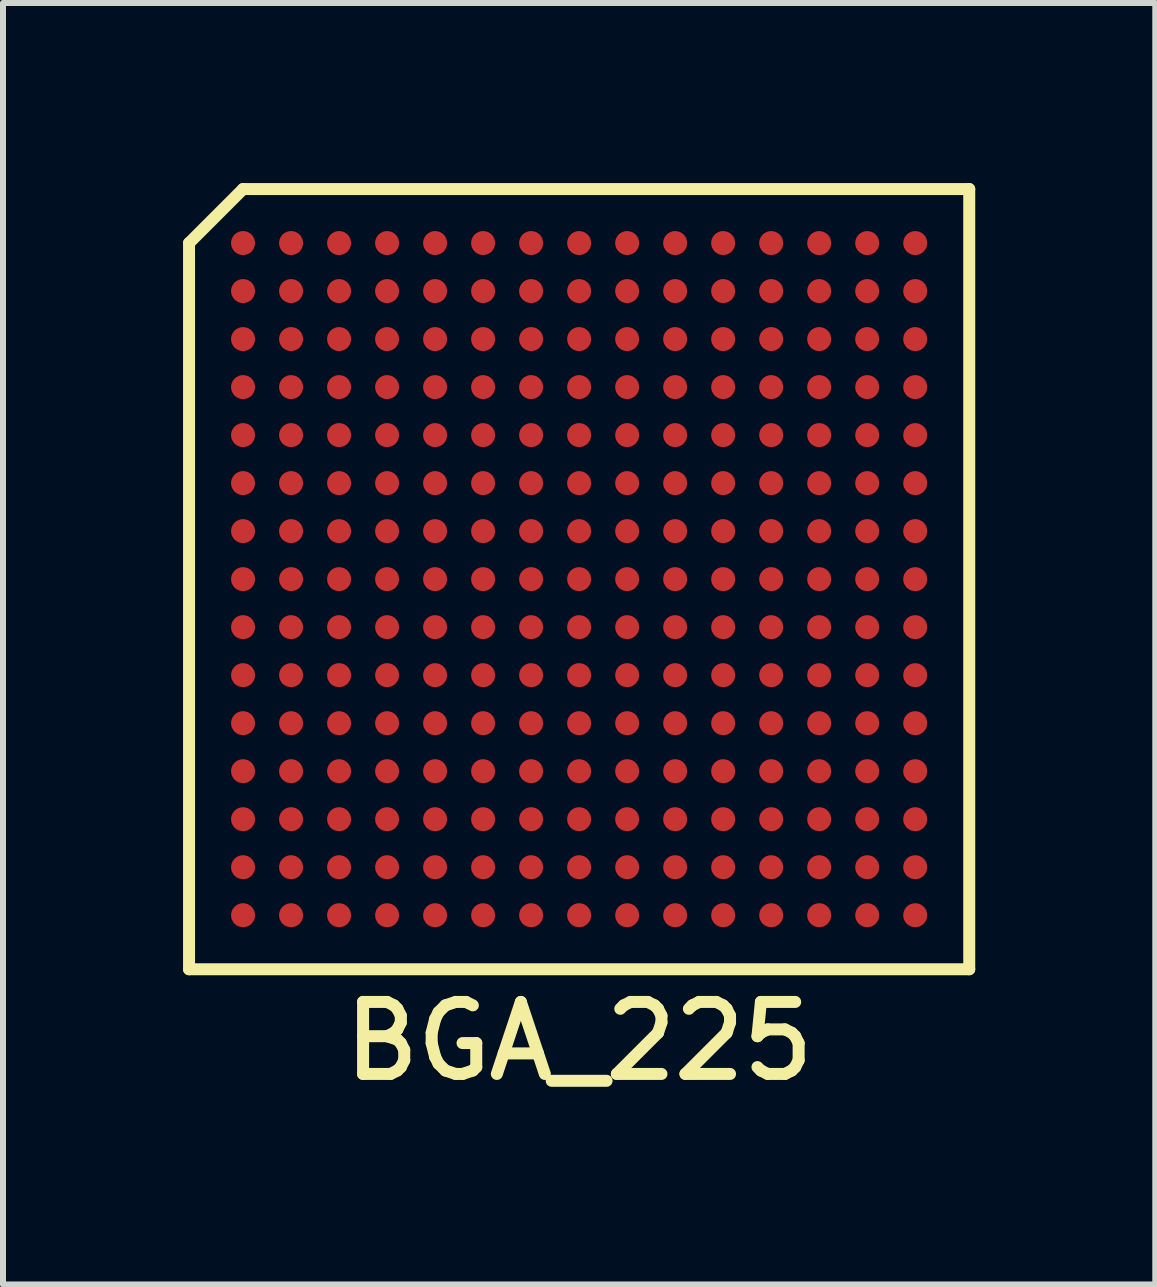
<source format=kicad_pcb>
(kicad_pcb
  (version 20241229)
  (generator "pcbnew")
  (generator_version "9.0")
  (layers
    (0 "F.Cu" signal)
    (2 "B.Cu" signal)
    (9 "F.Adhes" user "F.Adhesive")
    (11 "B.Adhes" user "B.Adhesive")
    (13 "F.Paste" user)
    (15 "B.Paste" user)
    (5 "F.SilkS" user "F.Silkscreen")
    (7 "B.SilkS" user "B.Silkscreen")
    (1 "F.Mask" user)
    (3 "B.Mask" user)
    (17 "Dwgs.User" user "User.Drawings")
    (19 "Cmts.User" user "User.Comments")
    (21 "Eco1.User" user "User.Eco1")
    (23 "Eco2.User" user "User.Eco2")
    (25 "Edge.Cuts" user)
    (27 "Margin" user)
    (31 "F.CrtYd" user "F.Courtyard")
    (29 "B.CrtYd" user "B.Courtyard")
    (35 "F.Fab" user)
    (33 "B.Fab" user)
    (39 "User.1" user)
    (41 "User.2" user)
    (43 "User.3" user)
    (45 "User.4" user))
  (footprint "BGA_225"
    (layer "F.Cu")
    (at 6.6 6.6)
    (property "Reference" "BGA_225" (at 0 7.7 0) (layer "F.SilkS") (effects (font (size 1.2 1.2) (thickness 0.2))))
    (attr through_hole)
    (fp_line (start -6.5 -5.6) (end -6.5 6.5) (stroke (width 0.2) (type solid)) (layer "F.SilkS"))
    (fp_line (start -6.5 6.5) (end 6.5 6.5) (stroke (width 0.2) (type solid)) (layer "F.SilkS"))
    (fp_line (start -5.6 -6.5) (end -6.5 -5.6) (stroke (width 0.2) (type solid)) (layer "F.SilkS"))
    (fp_line (start 6.5 -6.5) (end -5.6 -6.5) (stroke (width 0.2) (type solid)) (layer "F.SilkS"))
    (fp_line (start 6.5 6.5) (end 6.5 -6.5) (stroke (width 0.2) (type solid)) (layer "F.SilkS"))
    (pad "A1" smd circle (at -5.6 -5.6) (size 0.4 0.4) (layers "F.Cu" "F.Mask" "F.Paste"))
    (pad "A2" smd circle (at -4.8 -5.6) (size 0.4 0.4) (layers "F.Cu" "F.Mask" "F.Paste"))
    (pad "A3" smd circle (at -4 -5.6) (size 0.4 0.4) (layers "F.Cu" "F.Mask" "F.Paste"))
    (pad "A4" smd circle (at -3.2 -5.6) (size 0.4 0.4) (layers "F.Cu" "F.Mask" "F.Paste"))
    (pad "A5" smd circle (at -2.4 -5.6) (size 0.4 0.4) (layers "F.Cu" "F.Mask" "F.Paste"))
    (pad "A6" smd circle (at -1.6 -5.6) (size 0.4 0.4) (layers "F.Cu" "F.Mask" "F.Paste"))
    (pad "A7" smd circle (at -0.8 -5.6) (size 0.4 0.4) (layers "F.Cu" "F.Mask" "F.Paste"))
    (pad "A8" smd circle (at 0 -5.6) (size 0.4 0.4) (layers "F.Cu" "F.Mask" "F.Paste"))
    (pad "A9" smd circle (at 0.8 -5.6) (size 0.4 0.4) (layers "F.Cu" "F.Mask" "F.Paste"))
    (pad "A10" smd circle (at 1.6 -5.6) (size 0.4 0.4) (layers "F.Cu" "F.Mask" "F.Paste"))
    (pad "A11" smd circle (at 2.4 -5.6) (size 0.4 0.4) (layers "F.Cu" "F.Mask" "F.Paste"))
    (pad "A12" smd circle (at 3.2 -5.6) (size 0.4 0.4) (layers "F.Cu" "F.Mask" "F.Paste"))
    (pad "A13" smd circle (at 4 -5.6) (size 0.4 0.4) (layers "F.Cu" "F.Mask" "F.Paste"))
    (pad "A14" smd circle (at 4.8 -5.6) (size 0.4 0.4) (layers "F.Cu" "F.Mask" "F.Paste"))
    (pad "A15" smd circle (at 5.6 -5.6) (size 0.4 0.4) (layers "F.Cu" "F.Mask" "F.Paste"))
    (pad "B1" smd circle (at -5.6 -4.8) (size 0.4 0.4) (layers "F.Cu" "F.Mask" "F.Paste"))
    (pad "B2" smd circle (at -4.8 -4.8) (size 0.4 0.4) (layers "F.Cu" "F.Mask" "F.Paste"))
    (pad "B3" smd circle (at -4 -4.8) (size 0.4 0.4) (layers "F.Cu" "F.Mask" "F.Paste"))
    (pad "B4" smd circle (at -3.2 -4.8) (size 0.4 0.4) (layers "F.Cu" "F.Mask" "F.Paste"))
    (pad "B5" smd circle (at -2.4 -4.8) (size 0.4 0.4) (layers "F.Cu" "F.Mask" "F.Paste"))
    (pad "B6" smd circle (at -1.6 -4.8) (size 0.4 0.4) (layers "F.Cu" "F.Mask" "F.Paste"))
    (pad "B7" smd circle (at -0.8 -4.8) (size 0.4 0.4) (layers "F.Cu" "F.Mask" "F.Paste"))
    (pad "B8" smd circle (at 0 -4.8) (size 0.4 0.4) (layers "F.Cu" "F.Mask" "F.Paste"))
    (pad "B9" smd circle (at 0.8 -4.8) (size 0.4 0.4) (layers "F.Cu" "F.Mask" "F.Paste"))
    (pad "B10" smd circle (at 1.6 -4.8) (size 0.4 0.4) (layers "F.Cu" "F.Mask" "F.Paste"))
    (pad "B11" smd circle (at 2.4 -4.8) (size 0.4 0.4) (layers "F.Cu" "F.Mask" "F.Paste"))
    (pad "B12" smd circle (at 3.2 -4.8) (size 0.4 0.4) (layers "F.Cu" "F.Mask" "F.Paste"))
    (pad "B13" smd circle (at 4 -4.8) (size 0.4 0.4) (layers "F.Cu" "F.Mask" "F.Paste"))
    (pad "B14" smd circle (at 4.8 -4.8) (size 0.4 0.4) (layers "F.Cu" "F.Mask" "F.Paste"))
    (pad "B15" smd circle (at 5.6 -4.8) (size 0.4 0.4) (layers "F.Cu" "F.Mask" "F.Paste"))
    (pad "C1" smd circle (at -5.6 -4) (size 0.4 0.4) (layers "F.Cu" "F.Mask" "F.Paste"))
    (pad "C2" smd circle (at -4.8 -4) (size 0.4 0.4) (layers "F.Cu" "F.Mask" "F.Paste"))
    (pad "C3" smd circle (at -4 -4) (size 0.4 0.4) (layers "F.Cu" "F.Mask" "F.Paste"))
    (pad "C4" smd circle (at -3.2 -4) (size 0.4 0.4) (layers "F.Cu" "F.Mask" "F.Paste"))
    (pad "C5" smd circle (at -2.4 -4) (size 0.4 0.4) (layers "F.Cu" "F.Mask" "F.Paste"))
    (pad "C6" smd circle (at -1.6 -4) (size 0.4 0.4) (layers "F.Cu" "F.Mask" "F.Paste"))
    (pad "C7" smd circle (at -0.8 -4) (size 0.4 0.4) (layers "F.Cu" "F.Mask" "F.Paste"))
    (pad "C8" smd circle (at 0 -4) (size 0.4 0.4) (layers "F.Cu" "F.Mask" "F.Paste"))
    (pad "C9" smd circle (at 0.8 -4) (size 0.4 0.4) (layers "F.Cu" "F.Mask" "F.Paste"))
    (pad "C10" smd circle (at 1.6 -4) (size 0.4 0.4) (layers "F.Cu" "F.Mask" "F.Paste"))
    (pad "C11" smd circle (at 2.4 -4) (size 0.4 0.4) (layers "F.Cu" "F.Mask" "F.Paste"))
    (pad "C12" smd circle (at 3.2 -4) (size 0.4 0.4) (layers "F.Cu" "F.Mask" "F.Paste"))
    (pad "C13" smd circle (at 4 -4) (size 0.4 0.4) (layers "F.Cu" "F.Mask" "F.Paste"))
    (pad "C14" smd circle (at 4.8 -4) (size 0.4 0.4) (layers "F.Cu" "F.Mask" "F.Paste"))
    (pad "C15" smd circle (at 5.6 -4) (size 0.4 0.4) (layers "F.Cu" "F.Mask" "F.Paste"))
    (pad "D1" smd circle (at -5.6 -3.2) (size 0.4 0.4) (layers "F.Cu" "F.Mask" "F.Paste"))
    (pad "D2" smd circle (at -4.8 -3.2) (size 0.4 0.4) (layers "F.Cu" "F.Mask" "F.Paste"))
    (pad "D3" smd circle (at -4 -3.2) (size 0.4 0.4) (layers "F.Cu" "F.Mask" "F.Paste"))
    (pad "D4" smd circle (at -3.2 -3.2) (size 0.4 0.4) (layers "F.Cu" "F.Mask" "F.Paste"))
    (pad "D5" smd circle (at -2.4 -3.2) (size 0.4 0.4) (layers "F.Cu" "F.Mask" "F.Paste"))
    (pad "D6" smd circle (at -1.6 -3.2) (size 0.4 0.4) (layers "F.Cu" "F.Mask" "F.Paste"))
    (pad "D7" smd circle (at -0.8 -3.2) (size 0.4 0.4) (layers "F.Cu" "F.Mask" "F.Paste"))
    (pad "D8" smd circle (at 0 -3.2) (size 0.4 0.4) (layers "F.Cu" "F.Mask" "F.Paste"))
    (pad "D9" smd circle (at 0.8 -3.2) (size 0.4 0.4) (layers "F.Cu" "F.Mask" "F.Paste"))
    (pad "D10" smd circle (at 1.6 -3.2) (size 0.4 0.4) (layers "F.Cu" "F.Mask" "F.Paste"))
    (pad "D11" smd circle (at 2.4 -3.2) (size 0.4 0.4) (layers "F.Cu" "F.Mask" "F.Paste"))
    (pad "D12" smd circle (at 3.2 -3.2) (size 0.4 0.4) (layers "F.Cu" "F.Mask" "F.Paste"))
    (pad "D13" smd circle (at 4 -3.2) (size 0.4 0.4) (layers "F.Cu" "F.Mask" "F.Paste"))
    (pad "D14" smd circle (at 4.8 -3.2) (size 0.4 0.4) (layers "F.Cu" "F.Mask" "F.Paste"))
    (pad "D15" smd circle (at 5.6 -3.2) (size 0.4 0.4) (layers "F.Cu" "F.Mask" "F.Paste"))
    (pad "E1" smd circle (at -5.6 -2.4) (size 0.4 0.4) (layers "F.Cu" "F.Mask" "F.Paste"))
    (pad "E2" smd circle (at -4.8 -2.4) (size 0.4 0.4) (layers "F.Cu" "F.Mask" "F.Paste"))
    (pad "E3" smd circle (at -4 -2.4) (size 0.4 0.4) (layers "F.Cu" "F.Mask" "F.Paste"))
    (pad "E4" smd circle (at -3.2 -2.4) (size 0.4 0.4) (layers "F.Cu" "F.Mask" "F.Paste"))
    (pad "E5" smd circle (at -2.4 -2.4) (size 0.4 0.4) (layers "F.Cu" "F.Mask" "F.Paste"))
    (pad "E6" smd circle (at -1.6 -2.4) (size 0.4 0.4) (layers "F.Cu" "F.Mask" "F.Paste"))
    (pad "E7" smd circle (at -0.8 -2.4) (size 0.4 0.4) (layers "F.Cu" "F.Mask" "F.Paste"))
    (pad "E8" smd circle (at 0 -2.4) (size 0.4 0.4) (layers "F.Cu" "F.Mask" "F.Paste"))
    (pad "E9" smd circle (at 0.8 -2.4) (size 0.4 0.4) (layers "F.Cu" "F.Mask" "F.Paste"))
    (pad "E10" smd circle (at 1.6 -2.4) (size 0.4 0.4) (layers "F.Cu" "F.Mask" "F.Paste"))
    (pad "E11" smd circle (at 2.4 -2.4) (size 0.4 0.4) (layers "F.Cu" "F.Mask" "F.Paste"))
    (pad "E12" smd circle (at 3.2 -2.4) (size 0.4 0.4) (layers "F.Cu" "F.Mask" "F.Paste"))
    (pad "E13" smd circle (at 4 -2.4) (size 0.4 0.4) (layers "F.Cu" "F.Mask" "F.Paste"))
    (pad "E14" smd circle (at 4.8 -2.4) (size 0.4 0.4) (layers "F.Cu" "F.Mask" "F.Paste"))
    (pad "E15" smd circle (at 5.6 -2.4) (size 0.4 0.4) (layers "F.Cu" "F.Mask" "F.Paste"))
    (pad "F1" smd circle (at -5.6 -1.6) (size 0.4 0.4) (layers "F.Cu" "F.Mask" "F.Paste"))
    (pad "F2" smd circle (at -4.8 -1.6) (size 0.4 0.4) (layers "F.Cu" "F.Mask" "F.Paste"))
    (pad "F3" smd circle (at -4 -1.6) (size 0.4 0.4) (layers "F.Cu" "F.Mask" "F.Paste"))
    (pad "F4" smd circle (at -3.2 -1.6) (size 0.4 0.4) (layers "F.Cu" "F.Mask" "F.Paste"))
    (pad "F5" smd circle (at -2.4 -1.6) (size 0.4 0.4) (layers "F.Cu" "F.Mask" "F.Paste"))
    (pad "F6" smd circle (at -1.6 -1.6) (size 0.4 0.4) (layers "F.Cu" "F.Mask" "F.Paste"))
    (pad "F7" smd circle (at -0.8 -1.6) (size 0.4 0.4) (layers "F.Cu" "F.Mask" "F.Paste"))
    (pad "F8" smd circle (at 0 -1.6) (size 0.4 0.4) (layers "F.Cu" "F.Mask" "F.Paste"))
    (pad "F9" smd circle (at 0.8 -1.6) (size 0.4 0.4) (layers "F.Cu" "F.Mask" "F.Paste"))
    (pad "F10" smd circle (at 1.6 -1.6) (size 0.4 0.4) (layers "F.Cu" "F.Mask" "F.Paste"))
    (pad "F11" smd circle (at 2.4 -1.6) (size 0.4 0.4) (layers "F.Cu" "F.Mask" "F.Paste"))
    (pad "F12" smd circle (at 3.2 -1.6) (size 0.4 0.4) (layers "F.Cu" "F.Mask" "F.Paste"))
    (pad "F13" smd circle (at 4 -1.6) (size 0.4 0.4) (layers "F.Cu" "F.Mask" "F.Paste"))
    (pad "F14" smd circle (at 4.8 -1.6) (size 0.4 0.4) (layers "F.Cu" "F.Mask" "F.Paste"))
    (pad "F15" smd circle (at 5.6 -1.6) (size 0.4 0.4) (layers "F.Cu" "F.Mask" "F.Paste"))
    (pad "G1" smd circle (at -5.6 -0.8) (size 0.4 0.4) (layers "F.Cu" "F.Mask" "F.Paste"))
    (pad "G2" smd circle (at -4.8 -0.8) (size 0.4 0.4) (layers "F.Cu" "F.Mask" "F.Paste"))
    (pad "G3" smd circle (at -4 -0.8) (size 0.4 0.4) (layers "F.Cu" "F.Mask" "F.Paste"))
    (pad "G4" smd circle (at -3.2 -0.8) (size 0.4 0.4) (layers "F.Cu" "F.Mask" "F.Paste"))
    (pad "G5" smd circle (at -2.4 -0.8) (size 0.4 0.4) (layers "F.Cu" "F.Mask" "F.Paste"))
    (pad "G6" smd circle (at -1.6 -0.8) (size 0.4 0.4) (layers "F.Cu" "F.Mask" "F.Paste"))
    (pad "G7" smd circle (at -0.8 -0.8) (size 0.4 0.4) (layers "F.Cu" "F.Mask" "F.Paste"))
    (pad "G8" smd circle (at 0 -0.8) (size 0.4 0.4) (layers "F.Cu" "F.Mask" "F.Paste"))
    (pad "G9" smd circle (at 0.8 -0.8) (size 0.4 0.4) (layers "F.Cu" "F.Mask" "F.Paste"))
    (pad "G10" smd circle (at 1.6 -0.8) (size 0.4 0.4) (layers "F.Cu" "F.Mask" "F.Paste"))
    (pad "G11" smd circle (at 2.4 -0.8) (size 0.4 0.4) (layers "F.Cu" "F.Mask" "F.Paste"))
    (pad "G12" smd circle (at 3.2 -0.8) (size 0.4 0.4) (layers "F.Cu" "F.Mask" "F.Paste"))
    (pad "G13" smd circle (at 4 -0.8) (size 0.4 0.4) (layers "F.Cu" "F.Mask" "F.Paste"))
    (pad "G14" smd circle (at 4.8 -0.8) (size 0.4 0.4) (layers "F.Cu" "F.Mask" "F.Paste"))
    (pad "G15" smd circle (at 5.6 -0.8) (size 0.4 0.4) (layers "F.Cu" "F.Mask" "F.Paste"))
    (pad "H1" smd circle (at -5.6 0) (size 0.4 0.4) (layers "F.Cu" "F.Mask" "F.Paste"))
    (pad "H2" smd circle (at -4.8 0) (size 0.4 0.4) (layers "F.Cu" "F.Mask" "F.Paste"))
    (pad "H3" smd circle (at -4 0) (size 0.4 0.4) (layers "F.Cu" "F.Mask" "F.Paste"))
    (pad "H4" smd circle (at -3.2 0) (size 0.4 0.4) (layers "F.Cu" "F.Mask" "F.Paste"))
    (pad "H5" smd circle (at -2.4 0) (size 0.4 0.4) (layers "F.Cu" "F.Mask" "F.Paste"))
    (pad "H6" smd circle (at -1.6 0) (size 0.4 0.4) (layers "F.Cu" "F.Mask" "F.Paste"))
    (pad "H7" smd circle (at -0.8 0) (size 0.4 0.4) (layers "F.Cu" "F.Mask" "F.Paste"))
    (pad "H8" smd circle (at 0 0) (size 0.4 0.4) (layers "F.Cu" "F.Mask" "F.Paste"))
    (pad "H9" smd circle (at 0.8 0) (size 0.4 0.4) (layers "F.Cu" "F.Mask" "F.Paste"))
    (pad "H10" smd circle (at 1.6 0) (size 0.4 0.4) (layers "F.Cu" "F.Mask" "F.Paste"))
    (pad "H11" smd circle (at 2.4 0) (size 0.4 0.4) (layers "F.Cu" "F.Mask" "F.Paste"))
    (pad "H12" smd circle (at 3.2 0) (size 0.4 0.4) (layers "F.Cu" "F.Mask" "F.Paste"))
    (pad "H13" smd circle (at 4 0) (size 0.4 0.4) (layers "F.Cu" "F.Mask" "F.Paste"))
    (pad "H14" smd circle (at 4.8 0) (size 0.4 0.4) (layers "F.Cu" "F.Mask" "F.Paste"))
    (pad "H15" smd circle (at 5.6 0) (size 0.4 0.4) (layers "F.Cu" "F.Mask" "F.Paste"))
    (pad "J1" smd circle (at -5.6 0.8) (size 0.4 0.4) (layers "F.Cu" "F.Mask" "F.Paste"))
    (pad "J2" smd circle (at -4.8 0.8) (size 0.4 0.4) (layers "F.Cu" "F.Mask" "F.Paste"))
    (pad "J3" smd circle (at -4 0.8) (size 0.4 0.4) (layers "F.Cu" "F.Mask" "F.Paste"))
    (pad "J4" smd circle (at -3.2 0.8) (size 0.4 0.4) (layers "F.Cu" "F.Mask" "F.Paste"))
    (pad "J5" smd circle (at -2.4 0.8) (size 0.4 0.4) (layers "F.Cu" "F.Mask" "F.Paste"))
    (pad "J6" smd circle (at -1.6 0.8) (size 0.4 0.4) (layers "F.Cu" "F.Mask" "F.Paste"))
    (pad "J7" smd circle (at -0.8 0.8) (size 0.4 0.4) (layers "F.Cu" "F.Mask" "F.Paste"))
    (pad "J8" smd circle (at 0 0.8) (size 0.4 0.4) (layers "F.Cu" "F.Mask" "F.Paste"))
    (pad "J9" smd circle (at 0.8 0.8) (size 0.4 0.4) (layers "F.Cu" "F.Mask" "F.Paste"))
    (pad "J10" smd circle (at 1.6 0.8) (size 0.4 0.4) (layers "F.Cu" "F.Mask" "F.Paste"))
    (pad "J11" smd circle (at 2.4 0.8) (size 0.4 0.4) (layers "F.Cu" "F.Mask" "F.Paste"))
    (pad "J12" smd circle (at 3.2 0.8) (size 0.4 0.4) (layers "F.Cu" "F.Mask" "F.Paste"))
    (pad "J13" smd circle (at 4 0.8) (size 0.4 0.4) (layers "F.Cu" "F.Mask" "F.Paste"))
    (pad "J14" smd circle (at 4.8 0.8) (size 0.4 0.4) (layers "F.Cu" "F.Mask" "F.Paste"))
    (pad "J15" smd circle (at 5.6 0.8) (size 0.4 0.4) (layers "F.Cu" "F.Mask" "F.Paste"))
    (pad "K1" smd circle (at -5.6 1.6) (size 0.4 0.4) (layers "F.Cu" "F.Mask" "F.Paste"))
    (pad "K2" smd circle (at -4.8 1.6) (size 0.4 0.4) (layers "F.Cu" "F.Mask" "F.Paste"))
    (pad "K3" smd circle (at -4 1.6) (size 0.4 0.4) (layers "F.Cu" "F.Mask" "F.Paste"))
    (pad "K4" smd circle (at -3.2 1.6) (size 0.4 0.4) (layers "F.Cu" "F.Mask" "F.Paste"))
    (pad "K5" smd circle (at -2.4 1.6) (size 0.4 0.4) (layers "F.Cu" "F.Mask" "F.Paste"))
    (pad "K6" smd circle (at -1.6 1.6) (size 0.4 0.4) (layers "F.Cu" "F.Mask" "F.Paste"))
    (pad "K7" smd circle (at -0.8 1.6) (size 0.4 0.4) (layers "F.Cu" "F.Mask" "F.Paste"))
    (pad "K8" smd circle (at 0 1.6) (size 0.4 0.4) (layers "F.Cu" "F.Mask" "F.Paste"))
    (pad "K9" smd circle (at 0.8 1.6) (size 0.4 0.4) (layers "F.Cu" "F.Mask" "F.Paste"))
    (pad "K10" smd circle (at 1.6 1.6) (size 0.4 0.4) (layers "F.Cu" "F.Mask" "F.Paste"))
    (pad "K11" smd circle (at 2.4 1.6) (size 0.4 0.4) (layers "F.Cu" "F.Mask" "F.Paste"))
    (pad "K12" smd circle (at 3.2 1.6) (size 0.4 0.4) (layers "F.Cu" "F.Mask" "F.Paste"))
    (pad "K13" smd circle (at 4 1.6) (size 0.4 0.4) (layers "F.Cu" "F.Mask" "F.Paste"))
    (pad "K14" smd circle (at 4.8 1.6) (size 0.4 0.4) (layers "F.Cu" "F.Mask" "F.Paste"))
    (pad "K15" smd circle (at 5.6 1.6) (size 0.4 0.4) (layers "F.Cu" "F.Mask" "F.Paste"))
    (pad "L1" smd circle (at -5.6 2.4) (size 0.4 0.4) (layers "F.Cu" "F.Mask" "F.Paste"))
    (pad "L2" smd circle (at -4.8 2.4) (size 0.4 0.4) (layers "F.Cu" "F.Mask" "F.Paste"))
    (pad "L3" smd circle (at -4 2.4) (size 0.4 0.4) (layers "F.Cu" "F.Mask" "F.Paste"))
    (pad "L4" smd circle (at -3.2 2.4) (size 0.4 0.4) (layers "F.Cu" "F.Mask" "F.Paste"))
    (pad "L5" smd circle (at -2.4 2.4) (size 0.4 0.4) (layers "F.Cu" "F.Mask" "F.Paste"))
    (pad "L6" smd circle (at -1.6 2.4) (size 0.4 0.4) (layers "F.Cu" "F.Mask" "F.Paste"))
    (pad "L7" smd circle (at -0.8 2.4) (size 0.4 0.4) (layers "F.Cu" "F.Mask" "F.Paste"))
    (pad "L8" smd circle (at 0 2.4) (size 0.4 0.4) (layers "F.Cu" "F.Mask" "F.Paste"))
    (pad "L9" smd circle (at 0.8 2.4) (size 0.4 0.4) (layers "F.Cu" "F.Mask" "F.Paste"))
    (pad "L10" smd circle (at 1.6 2.4) (size 0.4 0.4) (layers "F.Cu" "F.Mask" "F.Paste"))
    (pad "L11" smd circle (at 2.4 2.4) (size 0.4 0.4) (layers "F.Cu" "F.Mask" "F.Paste"))
    (pad "L12" smd circle (at 3.2 2.4) (size 0.4 0.4) (layers "F.Cu" "F.Mask" "F.Paste"))
    (pad "L13" smd circle (at 4 2.4) (size 0.4 0.4) (layers "F.Cu" "F.Mask" "F.Paste"))
    (pad "L14" smd circle (at 4.8 2.4) (size 0.4 0.4) (layers "F.Cu" "F.Mask" "F.Paste"))
    (pad "L15" smd circle (at 5.6 2.4) (size 0.4 0.4) (layers "F.Cu" "F.Mask" "F.Paste"))
    (pad "M1" smd circle (at -5.6 3.2) (size 0.4 0.4) (layers "F.Cu" "F.Mask" "F.Paste"))
    (pad "M2" smd circle (at -4.8 3.2) (size 0.4 0.4) (layers "F.Cu" "F.Mask" "F.Paste"))
    (pad "M3" smd circle (at -4 3.2) (size 0.4 0.4) (layers "F.Cu" "F.Mask" "F.Paste"))
    (pad "M4" smd circle (at -3.2 3.2) (size 0.4 0.4) (layers "F.Cu" "F.Mask" "F.Paste"))
    (pad "M5" smd circle (at -2.4 3.2) (size 0.4 0.4) (layers "F.Cu" "F.Mask" "F.Paste"))
    (pad "M6" smd circle (at -1.6 3.2) (size 0.4 0.4) (layers "F.Cu" "F.Mask" "F.Paste"))
    (pad "M7" smd circle (at -0.8 3.2) (size 0.4 0.4) (layers "F.Cu" "F.Mask" "F.Paste"))
    (pad "M8" smd circle (at 0 3.2) (size 0.4 0.4) (layers "F.Cu" "F.Mask" "F.Paste"))
    (pad "M9" smd circle (at 0.8 3.2) (size 0.4 0.4) (layers "F.Cu" "F.Mask" "F.Paste"))
    (pad "M10" smd circle (at 1.6 3.2) (size 0.4 0.4) (layers "F.Cu" "F.Mask" "F.Paste"))
    (pad "M11" smd circle (at 2.4 3.2) (size 0.4 0.4) (layers "F.Cu" "F.Mask" "F.Paste"))
    (pad "M12" smd circle (at 3.2 3.2) (size 0.4 0.4) (layers "F.Cu" "F.Mask" "F.Paste"))
    (pad "M13" smd circle (at 4 3.2) (size 0.4 0.4) (layers "F.Cu" "F.Mask" "F.Paste"))
    (pad "M14" smd circle (at 4.8 3.2) (size 0.4 0.4) (layers "F.Cu" "F.Mask" "F.Paste"))
    (pad "M15" smd circle (at 5.6 3.2) (size 0.4 0.4) (layers "F.Cu" "F.Mask" "F.Paste"))
    (pad "N1" smd circle (at -5.6 4) (size 0.4 0.4) (layers "F.Cu" "F.Mask" "F.Paste"))
    (pad "N2" smd circle (at -4.8 4) (size 0.4 0.4) (layers "F.Cu" "F.Mask" "F.Paste"))
    (pad "N3" smd circle (at -4 4) (size 0.4 0.4) (layers "F.Cu" "F.Mask" "F.Paste"))
    (pad "N4" smd circle (at -3.2 4) (size 0.4 0.4) (layers "F.Cu" "F.Mask" "F.Paste"))
    (pad "N5" smd circle (at -2.4 4) (size 0.4 0.4) (layers "F.Cu" "F.Mask" "F.Paste"))
    (pad "N6" smd circle (at -1.6 4) (size 0.4 0.4) (layers "F.Cu" "F.Mask" "F.Paste"))
    (pad "N7" smd circle (at -0.8 4) (size 0.4 0.4) (layers "F.Cu" "F.Mask" "F.Paste"))
    (pad "N8" smd circle (at 0 4) (size 0.4 0.4) (layers "F.Cu" "F.Mask" "F.Paste"))
    (pad "N9" smd circle (at 0.8 4) (size 0.4 0.4) (layers "F.Cu" "F.Mask" "F.Paste"))
    (pad "N10" smd circle (at 1.6 4) (size 0.4 0.4) (layers "F.Cu" "F.Mask" "F.Paste"))
    (pad "N11" smd circle (at 2.4 4) (size 0.4 0.4) (layers "F.Cu" "F.Mask" "F.Paste"))
    (pad "N12" smd circle (at 3.2 4) (size 0.4 0.4) (layers "F.Cu" "F.Mask" "F.Paste"))
    (pad "N13" smd circle (at 4 4) (size 0.4 0.4) (layers "F.Cu" "F.Mask" "F.Paste"))
    (pad "N14" smd circle (at 4.8 4) (size 0.4 0.4) (layers "F.Cu" "F.Mask" "F.Paste"))
    (pad "N15" smd circle (at 5.6 4) (size 0.4 0.4) (layers "F.Cu" "F.Mask" "F.Paste"))
    (pad "P1" smd circle (at -5.6 4.8) (size 0.4 0.4) (layers "F.Cu" "F.Mask" "F.Paste"))
    (pad "P2" smd circle (at -4.8 4.8) (size 0.4 0.4) (layers "F.Cu" "F.Mask" "F.Paste"))
    (pad "P3" smd circle (at -4 4.8) (size 0.4 0.4) (layers "F.Cu" "F.Mask" "F.Paste"))
    (pad "P4" smd circle (at -3.2 4.8) (size 0.4 0.4) (layers "F.Cu" "F.Mask" "F.Paste"))
    (pad "P5" smd circle (at -2.4 4.8) (size 0.4 0.4) (layers "F.Cu" "F.Mask" "F.Paste"))
    (pad "P6" smd circle (at -1.6 4.8) (size 0.4 0.4) (layers "F.Cu" "F.Mask" "F.Paste"))
    (pad "P7" smd circle (at -0.8 4.8) (size 0.4 0.4) (layers "F.Cu" "F.Mask" "F.Paste"))
    (pad "P8" smd circle (at 0 4.8) (size 0.4 0.4) (layers "F.Cu" "F.Mask" "F.Paste"))
    (pad "P9" smd circle (at 0.8 4.8) (size 0.4 0.4) (layers "F.Cu" "F.Mask" "F.Paste"))
    (pad "P10" smd circle (at 1.6 4.8) (size 0.4 0.4) (layers "F.Cu" "F.Mask" "F.Paste"))
    (pad "P11" smd circle (at 2.4 4.8) (size 0.4 0.4) (layers "F.Cu" "F.Mask" "F.Paste"))
    (pad "P12" smd circle (at 3.2 4.8) (size 0.4 0.4) (layers "F.Cu" "F.Mask" "F.Paste"))
    (pad "P13" smd circle (at 4 4.8) (size 0.4 0.4) (layers "F.Cu" "F.Mask" "F.Paste"))
    (pad "P14" smd circle (at 4.8 4.8) (size 0.4 0.4) (layers "F.Cu" "F.Mask" "F.Paste"))
    (pad "P15" smd circle (at 5.6 4.8) (size 0.4 0.4) (layers "F.Cu" "F.Mask" "F.Paste"))
    (pad "R1" smd circle (at -5.6 5.6) (size 0.4 0.4) (layers "F.Cu" "F.Mask" "F.Paste"))
    (pad "R2" smd circle (at -4.8 5.6) (size 0.4 0.4) (layers "F.Cu" "F.Mask" "F.Paste"))
    (pad "R3" smd circle (at -4 5.6) (size 0.4 0.4) (layers "F.Cu" "F.Mask" "F.Paste"))
    (pad "R4" smd circle (at -3.2 5.6) (size 0.4 0.4) (layers "F.Cu" "F.Mask" "F.Paste"))
    (pad "R5" smd circle (at -2.4 5.6) (size 0.4 0.4) (layers "F.Cu" "F.Mask" "F.Paste"))
    (pad "R6" smd circle (at -1.6 5.6) (size 0.4 0.4) (layers "F.Cu" "F.Mask" "F.Paste"))
    (pad "R7" smd circle (at -0.8 5.6) (size 0.4 0.4) (layers "F.Cu" "F.Mask" "F.Paste"))
    (pad "R8" smd circle (at 0 5.6) (size 0.4 0.4) (layers "F.Cu" "F.Mask" "F.Paste"))
    (pad "R9" smd circle (at 0.8 5.6) (size 0.4 0.4) (layers "F.Cu" "F.Mask" "F.Paste"))
    (pad "R10" smd circle (at 1.6 5.6) (size 0.4 0.4) (layers "F.Cu" "F.Mask" "F.Paste"))
    (pad "R11" smd circle (at 2.4 5.6) (size 0.4 0.4) (layers "F.Cu" "F.Mask" "F.Paste"))
    (pad "R12" smd circle (at 3.2 5.6) (size 0.4 0.4) (layers "F.Cu" "F.Mask" "F.Paste"))
    (pad "R13" smd circle (at 4 5.6) (size 0.4 0.4) (layers "F.Cu" "F.Mask" "F.Paste"))
    (pad "R14" smd circle (at 4.8 5.6) (size 0.4 0.4) (layers "F.Cu" "F.Mask" "F.Paste"))
    (pad "R15" smd circle (at 5.6 5.6) (size 0.4 0.4) (layers "F.Cu" "F.Mask" "F.Paste")))
  (gr_rect
    (start -3 -3)
    (end 16.2 18.353)
    (stroke (width 0.1) (type default))
    (fill no)
    (layer "Edge.Cuts")))
</source>
